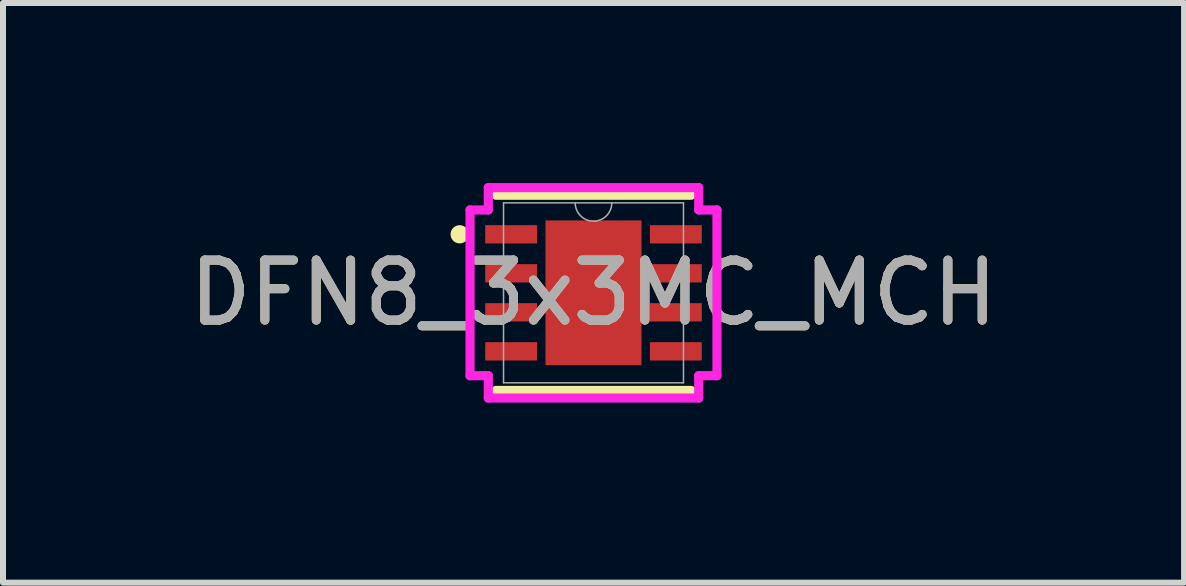
<source format=kicad_pcb>
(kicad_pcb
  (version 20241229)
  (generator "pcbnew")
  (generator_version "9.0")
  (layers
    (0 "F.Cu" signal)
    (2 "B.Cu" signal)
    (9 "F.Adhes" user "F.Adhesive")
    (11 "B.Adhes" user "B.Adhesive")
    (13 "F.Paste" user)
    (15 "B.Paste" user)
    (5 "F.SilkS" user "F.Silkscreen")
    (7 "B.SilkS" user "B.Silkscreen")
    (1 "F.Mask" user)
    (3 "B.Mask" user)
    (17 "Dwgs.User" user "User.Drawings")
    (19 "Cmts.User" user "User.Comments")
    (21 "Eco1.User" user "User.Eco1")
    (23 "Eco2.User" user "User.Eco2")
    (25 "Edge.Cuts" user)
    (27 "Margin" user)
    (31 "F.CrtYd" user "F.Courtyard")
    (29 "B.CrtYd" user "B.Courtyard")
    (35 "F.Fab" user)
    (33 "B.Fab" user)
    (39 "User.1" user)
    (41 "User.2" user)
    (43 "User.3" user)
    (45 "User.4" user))
  (footprint "DFN8_3x3MC_MCH"
    (layer "F.Cu")
    (at 6.839 1.829)
    (property "Reference" "DFN8_3x3MC_MCH" (at 0 0 0) (unlocked yes) (layer "F.SilkS") (effects (font (size 1 1) (thickness 0.15))))
    (attr smd)
    (fp_line (start -1.626 1.626) (end 1.626 1.626) (stroke (width 0.152) (type solid)) (layer "F.SilkS"))
    (fp_line (start 1.626 -1.626) (end -1.626 -1.626) (stroke (width 0.152) (type solid)) (layer "F.SilkS"))
    (fp_circle (center -2.23 -0.975) (end -2.154 -0.975) (stroke (width 0.152) (type solid)) (fill no) (layer "F.SilkS"))
    (fp_line (start -2.057 -1.381) (end -1.753 -1.381) (stroke (width 0.152) (type solid)) (layer "F.CrtYd"))
    (fp_line (start -2.057 1.381) (end -2.057 -1.381) (stroke (width 0.152) (type solid)) (layer "F.CrtYd"))
    (fp_line (start -2.057 1.381) (end -1.753 1.381) (stroke (width 0.152) (type solid)) (layer "F.CrtYd"))
    (fp_line (start -1.753 -1.753) (end 1.753 -1.753) (stroke (width 0.152) (type solid)) (layer "F.CrtYd"))
    (fp_line (start -1.753 -1.381) (end -1.753 -1.753) (stroke (width 0.152) (type solid)) (layer "F.CrtYd"))
    (fp_line (start -1.753 1.753) (end -1.753 1.381) (stroke (width 0.152) (type solid)) (layer "F.CrtYd"))
    (fp_line (start 1.753 -1.753) (end 1.753 -1.381) (stroke (width 0.152) (type solid)) (layer "F.CrtYd"))
    (fp_line (start 1.753 1.381) (end 1.753 1.753) (stroke (width 0.152) (type solid)) (layer "F.CrtYd"))
    (fp_line (start 1.753 1.753) (end -1.753 1.753) (stroke (width 0.152) (type solid)) (layer "F.CrtYd"))
    (fp_line (start 2.057 -1.381) (end 1.753 -1.381) (stroke (width 0.152) (type solid)) (layer "F.CrtYd"))
    (fp_line (start 2.057 -1.381) (end 2.057 1.381) (stroke (width 0.152) (type solid)) (layer "F.CrtYd"))
    (fp_line (start 2.057 1.381) (end 1.753 1.381) (stroke (width 0.152) (type solid)) (layer "F.CrtYd"))
    (fp_line (start -1.499 -1.499) (end -1.499 1.499) (stroke (width 0.025) (type solid)) (layer "F.Fab"))
    (fp_line (start -1.499 1.499) (end 1.499 1.499) (stroke (width 0.025) (type solid)) (layer "F.Fab"))
    (fp_line (start 1.499 -1.499) (end -1.499 -1.499) (stroke (width 0.025) (type solid)) (layer "F.Fab"))
    (fp_line (start 1.499 1.499) (end 1.499 -1.499) (stroke (width 0.025) (type solid)) (layer "F.Fab"))
    (fp_arc (start 0.3048 -1.4986) (mid 0 -1.1938) (end -0.3048 -1.4986) (stroke (width 0.0254) (type solid)) (layer "F.Fab"))
    (fp_text user "${REFERENCE}" (at 0 0 0) (unlocked yes) (layer "F.Fab") (effects (font (size 1 1) (thickness 0.15))))
    (pad "1" smd rect (at -1.372 -0.975) (size 0.864 0.305) (layers "F.Cu" "F.Mask" "F.Paste"))
    (pad "2" smd rect (at -1.372 -0.325) (size 0.864 0.305) (layers "F.Cu" "F.Mask" "F.Paste"))
    (pad "3" smd rect (at -1.372 0.325) (size 0.864 0.305) (layers "F.Cu" "F.Mask" "F.Paste"))
    (pad "4" smd rect (at -1.372 0.975) (size 0.864 0.305) (layers "F.Cu" "F.Mask" "F.Paste"))
    (pad "5" smd rect (at 1.372 0.975) (size 0.864 0.305) (layers "F.Cu" "F.Mask" "F.Paste"))
    (pad "6" smd rect (at 1.372 0.325) (size 0.864 0.305) (layers "F.Cu" "F.Mask" "F.Paste"))
    (pad "7" smd rect (at 1.372 -0.325) (size 0.864 0.305) (layers "F.Cu" "F.Mask" "F.Paste"))
    (pad "8" smd rect (at 1.372 -0.975) (size 0.864 0.305) (layers "F.Cu" "F.Mask" "F.Paste"))
    (pad "9" smd rect (at 0 0) (size 1.6 2.413) (layers "F.Cu" "F.Mask" "F.Paste")))
  (gr_rect
    (start -3 -3)
    (end 16.679 6.658)
    (stroke (width 0.1) (type default))
    (fill no)
    (layer "Edge.Cuts")))
</source>
